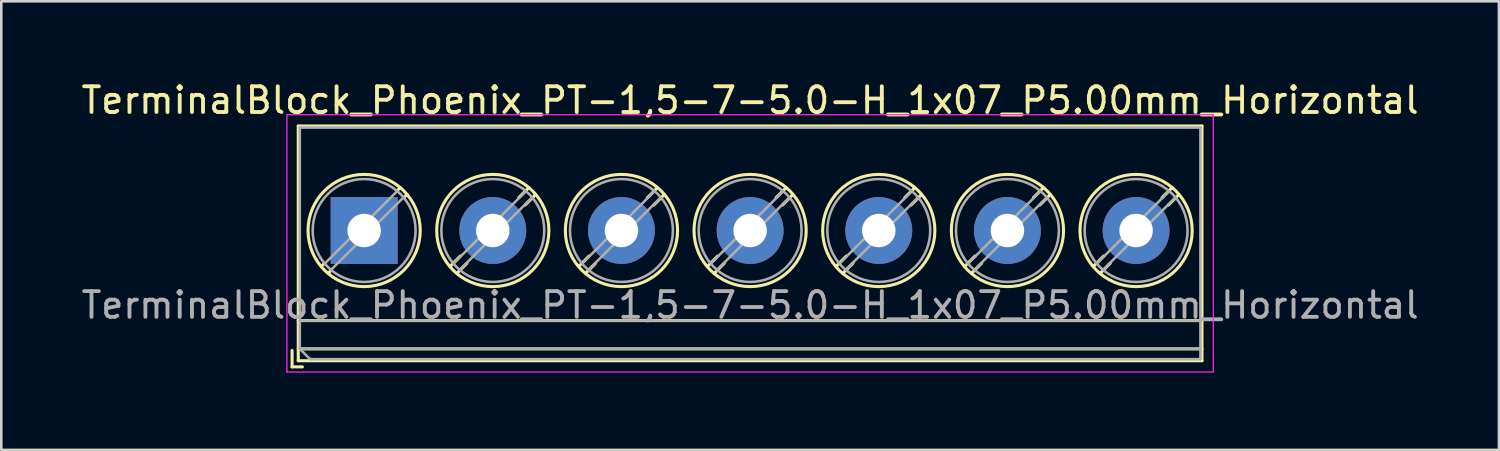
<source format=kicad_pcb>
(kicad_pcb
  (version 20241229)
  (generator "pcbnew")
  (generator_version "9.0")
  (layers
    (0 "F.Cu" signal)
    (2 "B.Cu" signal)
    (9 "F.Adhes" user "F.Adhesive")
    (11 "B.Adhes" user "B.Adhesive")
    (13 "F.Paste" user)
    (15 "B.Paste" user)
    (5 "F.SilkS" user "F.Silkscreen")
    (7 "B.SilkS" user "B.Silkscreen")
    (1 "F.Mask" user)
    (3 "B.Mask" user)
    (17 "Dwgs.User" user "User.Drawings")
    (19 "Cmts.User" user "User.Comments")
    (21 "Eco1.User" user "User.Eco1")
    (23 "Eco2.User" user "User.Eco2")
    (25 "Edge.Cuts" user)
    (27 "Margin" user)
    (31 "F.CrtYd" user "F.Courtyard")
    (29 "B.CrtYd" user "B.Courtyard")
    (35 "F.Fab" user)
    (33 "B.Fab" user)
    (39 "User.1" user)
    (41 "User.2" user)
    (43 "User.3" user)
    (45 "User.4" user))
  (footprint "TerminalBlock_Phoenix_PT-1,5-7-5.0-H_1x07_P5.00mm_Horizontal"
    (layer "F.Cu")
    (at 11.101 5.908)
    (property "Reference" "TerminalBlock_Phoenix_PT-1,5-7-5.0-H_1x07_P5.00mm_Horizontal" (at 15 -5.06 0) (layer "F.SilkS") (effects (font (size 1 1) (thickness 0.15))))
    (attr through_hole)
    (fp_line (start -2.8 4.66) (end -2.8 5.3) (stroke (width 0.12) (type solid)) (layer "F.SilkS"))
    (fp_line (start -2.8 5.3) (end -2.4 5.3) (stroke (width 0.12) (type solid)) (layer "F.SilkS"))
    (fp_line (start -2.56 -4.06) (end -2.56 5.06) (stroke (width 0.12) (type solid)) (layer "F.SilkS"))
    (fp_line (start -2.56 -4.06) (end 32.56 -4.06) (stroke (width 0.12) (type solid)) (layer "F.SilkS"))
    (fp_line (start -2.56 3.5) (end 32.56 3.5) (stroke (width 0.12) (type solid)) (layer "F.SilkS"))
    (fp_line (start -2.56 4.6) (end 32.56 4.6) (stroke (width 0.12) (type solid)) (layer "F.SilkS"))
    (fp_line (start -2.56 5.06) (end 32.56 5.06) (stroke (width 0.12) (type solid)) (layer "F.SilkS"))
    (fp_line (start -1.548 1.281) (end -1.654 1.388) (stroke (width 0.12) (type solid)) (layer "F.SilkS"))
    (fp_line (start -1.282 1.547) (end -1.388 1.654) (stroke (width 0.12) (type solid)) (layer "F.SilkS"))
    (fp_line (start 1.388 -1.654) (end 1.281 -1.547) (stroke (width 0.12) (type solid)) (layer "F.SilkS"))
    (fp_line (start 1.654 -1.388) (end 1.547 -1.281) (stroke (width 0.12) (type solid)) (layer "F.SilkS"))
    (fp_line (start 3.742 0.992) (end 3.347 1.388) (stroke (width 0.12) (type solid)) (layer "F.SilkS"))
    (fp_line (start 3.993 1.274) (end 3.613 1.654) (stroke (width 0.12) (type solid)) (layer "F.SilkS"))
    (fp_line (start 6.388 -1.654) (end 6.008 -1.274) (stroke (width 0.12) (type solid)) (layer "F.SilkS"))
    (fp_line (start 6.654 -1.388) (end 6.259 -0.992) (stroke (width 0.12) (type solid)) (layer "F.SilkS"))
    (fp_line (start 8.742 0.992) (end 8.347 1.388) (stroke (width 0.12) (type solid)) (layer "F.SilkS"))
    (fp_line (start 8.993 1.274) (end 8.613 1.654) (stroke (width 0.12) (type solid)) (layer "F.SilkS"))
    (fp_line (start 11.388 -1.654) (end 11.008 -1.274) (stroke (width 0.12) (type solid)) (layer "F.SilkS"))
    (fp_line (start 11.654 -1.388) (end 11.259 -0.992) (stroke (width 0.12) (type solid)) (layer "F.SilkS"))
    (fp_line (start 13.742 0.992) (end 13.347 1.388) (stroke (width 0.12) (type solid)) (layer "F.SilkS"))
    (fp_line (start 13.993 1.274) (end 13.613 1.654) (stroke (width 0.12) (type solid)) (layer "F.SilkS"))
    (fp_line (start 16.388 -1.654) (end 16.008 -1.274) (stroke (width 0.12) (type solid)) (layer "F.SilkS"))
    (fp_line (start 16.654 -1.388) (end 16.259 -0.992) (stroke (width 0.12) (type solid)) (layer "F.SilkS"))
    (fp_line (start 18.742 0.992) (end 18.347 1.388) (stroke (width 0.12) (type solid)) (layer "F.SilkS"))
    (fp_line (start 18.993 1.274) (end 18.613 1.654) (stroke (width 0.12) (type solid)) (layer "F.SilkS"))
    (fp_line (start 21.388 -1.654) (end 21.008 -1.274) (stroke (width 0.12) (type solid)) (layer "F.SilkS"))
    (fp_line (start 21.654 -1.388) (end 21.259 -0.992) (stroke (width 0.12) (type solid)) (layer "F.SilkS"))
    (fp_line (start 23.742 0.992) (end 23.347 1.388) (stroke (width 0.12) (type solid)) (layer "F.SilkS"))
    (fp_line (start 23.993 1.274) (end 23.613 1.654) (stroke (width 0.12) (type solid)) (layer "F.SilkS"))
    (fp_line (start 26.388 -1.654) (end 26.008 -1.274) (stroke (width 0.12) (type solid)) (layer "F.SilkS"))
    (fp_line (start 26.654 -1.388) (end 26.259 -0.992) (stroke (width 0.12) (type solid)) (layer "F.SilkS"))
    (fp_line (start 28.742 0.992) (end 28.347 1.388) (stroke (width 0.12) (type solid)) (layer "F.SilkS"))
    (fp_line (start 28.993 1.274) (end 28.613 1.654) (stroke (width 0.12) (type solid)) (layer "F.SilkS"))
    (fp_line (start 31.388 -1.654) (end 31.008 -1.274) (stroke (width 0.12) (type solid)) (layer "F.SilkS"))
    (fp_line (start 31.654 -1.388) (end 31.259 -0.992) (stroke (width 0.12) (type solid)) (layer "F.SilkS"))
    (fp_line (start 32.56 -4.06) (end 32.56 5.06) (stroke (width 0.12) (type solid)) (layer "F.SilkS"))
    (fp_circle (center 0 0) (end 2.18 0) (stroke (width 0.12) (type solid)) (fill no) (layer "F.SilkS"))
    (fp_circle (center 5 0) (end 7.18 0) (stroke (width 0.12) (type solid)) (fill no) (layer "F.SilkS"))
    (fp_circle (center 10 0) (end 12.18 0) (stroke (width 0.12) (type solid)) (fill no) (layer "F.SilkS"))
    (fp_circle (center 15 0) (end 17.18 0) (stroke (width 0.12) (type solid)) (fill no) (layer "F.SilkS"))
    (fp_circle (center 20 0) (end 22.18 0) (stroke (width 0.12) (type solid)) (fill no) (layer "F.SilkS"))
    (fp_circle (center 25 0) (end 27.18 0) (stroke (width 0.12) (type solid)) (fill no) (layer "F.SilkS"))
    (fp_circle (center 30 0) (end 32.18 0) (stroke (width 0.12) (type solid)) (fill no) (layer "F.SilkS"))
    (fp_line (start -3 -4.5) (end -3 5.5) (stroke (width 0.05) (type solid)) (layer "F.CrtYd"))
    (fp_line (start -3 5.5) (end 33 5.5) (stroke (width 0.05) (type solid)) (layer "F.CrtYd"))
    (fp_line (start 33 -4.5) (end -3 -4.5) (stroke (width 0.05) (type solid)) (layer "F.CrtYd"))
    (fp_line (start 33 5.5) (end 33 -4.5) (stroke (width 0.05) (type solid)) (layer "F.CrtYd"))
    (fp_line (start -2.5 -4) (end 32.5 -4) (stroke (width 0.1) (type solid)) (layer "F.Fab"))
    (fp_line (start -2.5 3.5) (end 32.5 3.5) (stroke (width 0.1) (type solid)) (layer "F.Fab"))
    (fp_line (start -2.5 4.6) (end -2.5 -4) (stroke (width 0.1) (type solid)) (layer "F.Fab"))
    (fp_line (start -2.5 4.6) (end 32.5 4.6) (stroke (width 0.1) (type solid)) (layer "F.Fab"))
    (fp_line (start -2.1 5) (end -2.5 4.6) (stroke (width 0.1) (type solid)) (layer "F.Fab"))
    (fp_line (start 1.273 -1.517) (end -1.517 1.273) (stroke (width 0.1) (type solid)) (layer "F.Fab"))
    (fp_line (start 1.517 -1.273) (end -1.273 1.517) (stroke (width 0.1) (type solid)) (layer "F.Fab"))
    (fp_line (start 6.273 -1.517) (end 3.484 1.273) (stroke (width 0.1) (type solid)) (layer "F.Fab"))
    (fp_line (start 6.517 -1.273) (end 3.728 1.517) (stroke (width 0.1) (type solid)) (layer "F.Fab"))
    (fp_line (start 11.273 -1.517) (end 8.484 1.273) (stroke (width 0.1) (type solid)) (layer "F.Fab"))
    (fp_line (start 11.517 -1.273) (end 8.728 1.517) (stroke (width 0.1) (type solid)) (layer "F.Fab"))
    (fp_line (start 16.273 -1.517) (end 13.484 1.273) (stroke (width 0.1) (type solid)) (layer "F.Fab"))
    (fp_line (start 16.517 -1.273) (end 13.728 1.517) (stroke (width 0.1) (type solid)) (layer "F.Fab"))
    (fp_line (start 21.273 -1.517) (end 18.484 1.273) (stroke (width 0.1) (type solid)) (layer "F.Fab"))
    (fp_line (start 21.517 -1.273) (end 18.728 1.517) (stroke (width 0.1) (type solid)) (layer "F.Fab"))
    (fp_line (start 26.273 -1.517) (end 23.484 1.273) (stroke (width 0.1) (type solid)) (layer "F.Fab"))
    (fp_line (start 26.517 -1.273) (end 23.728 1.517) (stroke (width 0.1) (type solid)) (layer "F.Fab"))
    (fp_line (start 31.273 -1.517) (end 28.484 1.273) (stroke (width 0.1) (type solid)) (layer "F.Fab"))
    (fp_line (start 31.517 -1.273) (end 28.728 1.517) (stroke (width 0.1) (type solid)) (layer "F.Fab"))
    (fp_line (start 32.5 -4) (end 32.5 5) (stroke (width 0.1) (type solid)) (layer "F.Fab"))
    (fp_line (start 32.5 5) (end -2.1 5) (stroke (width 0.1) (type solid)) (layer "F.Fab"))
    (fp_circle (center 0 0) (end 2 0) (stroke (width 0.1) (type solid)) (fill no) (layer "F.Fab"))
    (fp_circle (center 5 0) (end 7 0) (stroke (width 0.1) (type solid)) (fill no) (layer "F.Fab"))
    (fp_circle (center 10 0) (end 12 0) (stroke (width 0.1) (type solid)) (fill no) (layer "F.Fab"))
    (fp_circle (center 15 0) (end 17 0) (stroke (width 0.1) (type solid)) (fill no) (layer "F.Fab"))
    (fp_circle (center 20 0) (end 22 0) (stroke (width 0.1) (type solid)) (fill no) (layer "F.Fab"))
    (fp_circle (center 25 0) (end 27 0) (stroke (width 0.1) (type solid)) (fill no) (layer "F.Fab"))
    (fp_circle (center 30 0) (end 32 0) (stroke (width 0.1) (type solid)) (fill no) (layer "F.Fab"))
    (fp_text user "${REFERENCE}" (at 15 2.9 0) (layer "F.Fab") (effects (font (size 1 1) (thickness 0.15))))
    (pad "1" thru_hole rect (at 0 0) (size 2.6 2.6) (drill 1.3) (layers "*.Cu" "*.Mask"))
    (pad "2" thru_hole circle (at 5 0) (size 2.6 2.6) (drill 1.3) (layers "*.Cu" "*.Mask"))
    (pad "3" thru_hole circle (at 10 0) (size 2.6 2.6) (drill 1.3) (layers "*.Cu" "*.Mask"))
    (pad "4" thru_hole circle (at 15 0) (size 2.6 2.6) (drill 1.3) (layers "*.Cu" "*.Mask"))
    (pad "5" thru_hole circle (at 20 0) (size 2.6 2.6) (drill 1.3) (layers "*.Cu" "*.Mask"))
    (pad "6" thru_hole circle (at 25 0) (size 2.6 2.6) (drill 1.3) (layers "*.Cu" "*.Mask"))
    (pad "7" thru_hole circle (at 30 0) (size 2.6 2.6) (drill 1.3) (layers "*.Cu" "*.Mask")))
  (gr_rect
    (start -3 -3)
    (end 55.202 14.433)
    (stroke (width 0.1) (type default))
    (fill no)
    (layer "Edge.Cuts")))
</source>
